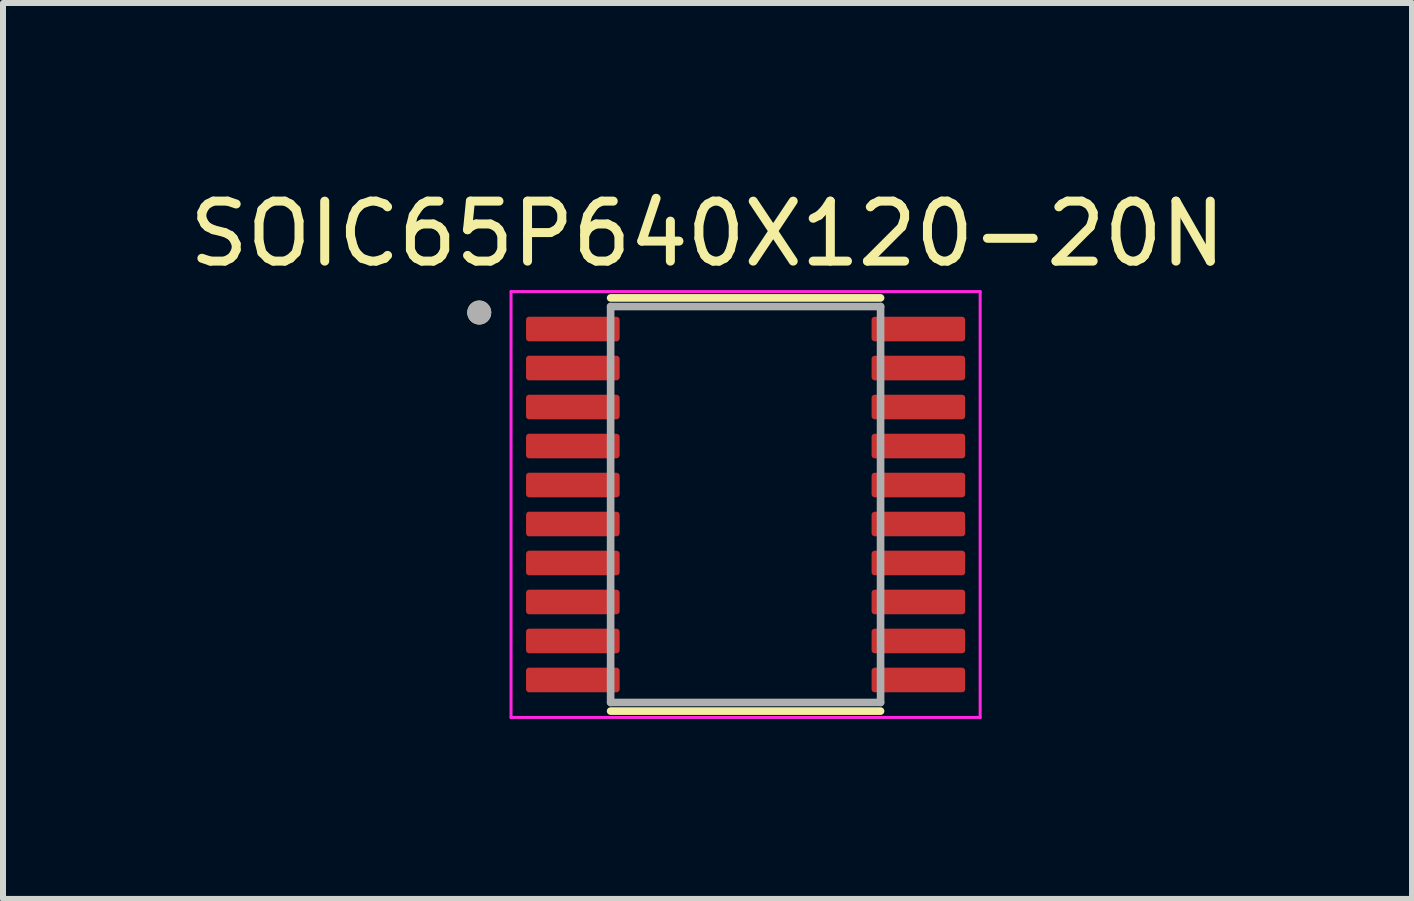
<source format=kicad_pcb>
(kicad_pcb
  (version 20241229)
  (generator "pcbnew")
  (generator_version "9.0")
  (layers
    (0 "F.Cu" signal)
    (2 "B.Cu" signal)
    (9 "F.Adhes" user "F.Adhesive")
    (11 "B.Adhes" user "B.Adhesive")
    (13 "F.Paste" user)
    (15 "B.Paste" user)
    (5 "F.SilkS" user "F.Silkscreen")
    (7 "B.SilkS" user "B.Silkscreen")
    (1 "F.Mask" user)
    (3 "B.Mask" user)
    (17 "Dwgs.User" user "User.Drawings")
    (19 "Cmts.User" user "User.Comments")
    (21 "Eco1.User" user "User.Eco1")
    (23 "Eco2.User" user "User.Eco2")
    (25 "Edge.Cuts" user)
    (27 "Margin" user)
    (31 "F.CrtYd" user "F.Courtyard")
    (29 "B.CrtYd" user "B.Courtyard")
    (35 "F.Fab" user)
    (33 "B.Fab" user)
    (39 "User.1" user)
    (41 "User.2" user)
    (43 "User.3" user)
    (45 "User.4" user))
  (footprint "SOIC65P640X120-20N"
    (layer "F.Cu")
    (at 9.379 5.36)
    (property "Reference" "SOIC65P640X120-20N" (at -0.635 -4.512 0) (layer "F.SilkS") (effects (font (size 1 1) (thickness 0.15))))
    (attr smd)
    (fp_line (start -2.25 -3.444) (end 2.25 -3.444) (stroke (width 0.127) (type solid)) (layer "F.SilkS"))
    (fp_line (start -2.25 3.444) (end 2.25 3.444) (stroke (width 0.127) (type solid)) (layer "F.SilkS"))
    (fp_circle (center -4.44 -3.2) (end -4.34 -3.2) (stroke (width 0.2) (type solid)) (fill no) (layer "F.SilkS"))
    (fp_line (start -3.91 -3.55) (end -3.91 3.55) (stroke (width 0.05) (type solid)) (layer "F.CrtYd"))
    (fp_line (start -3.91 -3.55) (end 3.91 -3.55) (stroke (width 0.05) (type solid)) (layer "F.CrtYd"))
    (fp_line (start -3.91 3.55) (end 3.91 3.55) (stroke (width 0.05) (type solid)) (layer "F.CrtYd"))
    (fp_line (start 3.91 -3.55) (end 3.91 3.55) (stroke (width 0.05) (type solid)) (layer "F.CrtYd"))
    (fp_line (start -2.25 -3.3) (end -2.25 3.3) (stroke (width 0.127) (type solid)) (layer "F.Fab"))
    (fp_line (start -2.25 -3.3) (end 2.25 -3.3) (stroke (width 0.127) (type solid)) (layer "F.Fab"))
    (fp_line (start -2.25 3.3) (end 2.25 3.3) (stroke (width 0.127) (type solid)) (layer "F.Fab"))
    (fp_line (start 2.25 -3.3) (end 2.25 3.3) (stroke (width 0.127) (type solid)) (layer "F.Fab"))
    (fp_circle (center -4.44 -3.2) (end -4.34 -3.2) (stroke (width 0.2) (type solid)) (fill no) (layer "F.Fab"))
    (pad "1" smd roundrect (at -2.88 -2.925) (size 1.56 0.41) (layers "F.Cu" "F.Mask" "F.Paste") (roundrect_rratio 0.125))
    (pad "2" smd roundrect (at -2.88 -2.275) (size 1.56 0.41) (layers "F.Cu" "F.Mask" "F.Paste") (roundrect_rratio 0.125))
    (pad "3" smd roundrect (at -2.88 -1.625) (size 1.56 0.41) (layers "F.Cu" "F.Mask" "F.Paste") (roundrect_rratio 0.125))
    (pad "4" smd roundrect (at -2.88 -0.975) (size 1.56 0.41) (layers "F.Cu" "F.Mask" "F.Paste") (roundrect_rratio 0.125))
    (pad "5" smd roundrect (at -2.88 -0.325) (size 1.56 0.41) (layers "F.Cu" "F.Mask" "F.Paste") (roundrect_rratio 0.125))
    (pad "6" smd roundrect (at -2.88 0.325) (size 1.56 0.41) (layers "F.Cu" "F.Mask" "F.Paste") (roundrect_rratio 0.125))
    (pad "7" smd roundrect (at -2.88 0.975) (size 1.56 0.41) (layers "F.Cu" "F.Mask" "F.Paste") (roundrect_rratio 0.125))
    (pad "8" smd roundrect (at -2.88 1.625) (size 1.56 0.41) (layers "F.Cu" "F.Mask" "F.Paste") (roundrect_rratio 0.125))
    (pad "9" smd roundrect (at -2.88 2.275) (size 1.56 0.41) (layers "F.Cu" "F.Mask" "F.Paste") (roundrect_rratio 0.125))
    (pad "10" smd roundrect (at -2.88 2.925) (size 1.56 0.41) (layers "F.Cu" "F.Mask" "F.Paste") (roundrect_rratio 0.125))
    (pad "11" smd roundrect (at 2.88 2.925) (size 1.56 0.41) (layers "F.Cu" "F.Mask" "F.Paste") (roundrect_rratio 0.125))
    (pad "12" smd roundrect (at 2.88 2.275) (size 1.56 0.41) (layers "F.Cu" "F.Mask" "F.Paste") (roundrect_rratio 0.125))
    (pad "13" smd roundrect (at 2.88 1.625) (size 1.56 0.41) (layers "F.Cu" "F.Mask" "F.Paste") (roundrect_rratio 0.125))
    (pad "14" smd roundrect (at 2.88 0.975) (size 1.56 0.41) (layers "F.Cu" "F.Mask" "F.Paste") (roundrect_rratio 0.125))
    (pad "15" smd roundrect (at 2.88 0.325) (size 1.56 0.41) (layers "F.Cu" "F.Mask" "F.Paste") (roundrect_rratio 0.125))
    (pad "16" smd roundrect (at 2.88 -0.325) (size 1.56 0.41) (layers "F.Cu" "F.Mask" "F.Paste") (roundrect_rratio 0.125))
    (pad "17" smd roundrect (at 2.88 -0.975) (size 1.56 0.41) (layers "F.Cu" "F.Mask" "F.Paste") (roundrect_rratio 0.125))
    (pad "18" smd roundrect (at 2.88 -1.625) (size 1.56 0.41) (layers "F.Cu" "F.Mask" "F.Paste") (roundrect_rratio 0.125))
    (pad "19" smd roundrect (at 2.88 -2.275) (size 1.56 0.41) (layers "F.Cu" "F.Mask" "F.Paste") (roundrect_rratio 0.125))
    (pad "20" smd roundrect (at 2.88 -2.925) (size 1.56 0.41) (layers "F.Cu" "F.Mask" "F.Paste") (roundrect_rratio 0.125)))
  (gr_rect
    (start -3 -3)
    (end 20.488 11.935)
    (stroke (width 0.1) (type default))
    (fill no)
    (layer "Edge.Cuts")))
</source>
